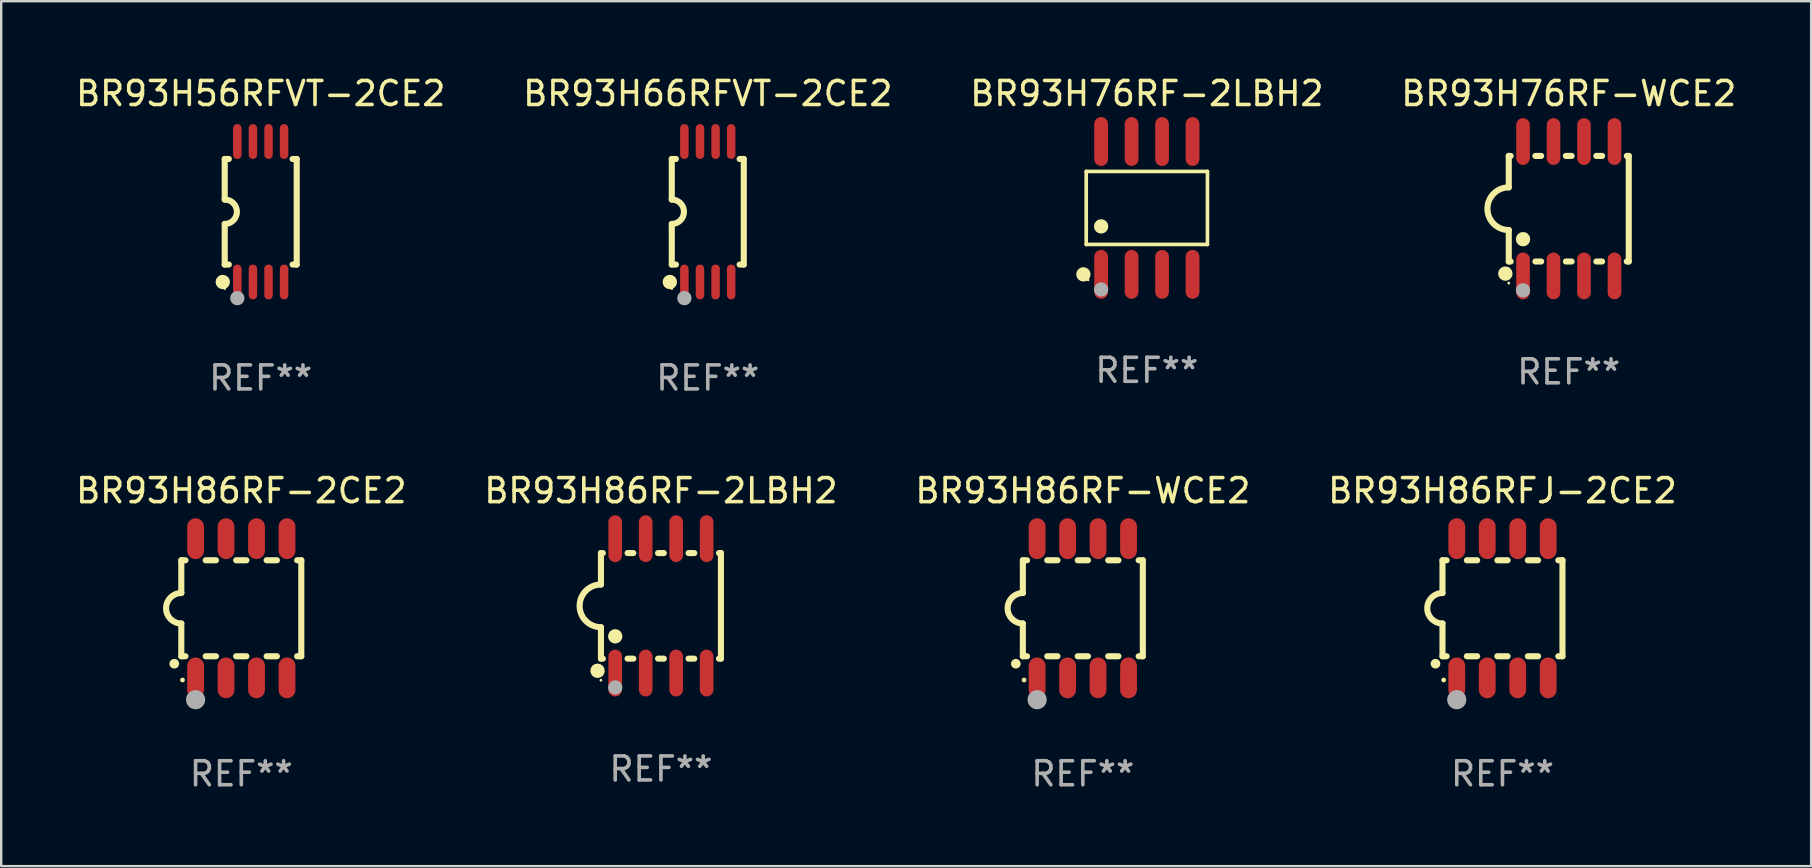
<source format=kicad_pcb>
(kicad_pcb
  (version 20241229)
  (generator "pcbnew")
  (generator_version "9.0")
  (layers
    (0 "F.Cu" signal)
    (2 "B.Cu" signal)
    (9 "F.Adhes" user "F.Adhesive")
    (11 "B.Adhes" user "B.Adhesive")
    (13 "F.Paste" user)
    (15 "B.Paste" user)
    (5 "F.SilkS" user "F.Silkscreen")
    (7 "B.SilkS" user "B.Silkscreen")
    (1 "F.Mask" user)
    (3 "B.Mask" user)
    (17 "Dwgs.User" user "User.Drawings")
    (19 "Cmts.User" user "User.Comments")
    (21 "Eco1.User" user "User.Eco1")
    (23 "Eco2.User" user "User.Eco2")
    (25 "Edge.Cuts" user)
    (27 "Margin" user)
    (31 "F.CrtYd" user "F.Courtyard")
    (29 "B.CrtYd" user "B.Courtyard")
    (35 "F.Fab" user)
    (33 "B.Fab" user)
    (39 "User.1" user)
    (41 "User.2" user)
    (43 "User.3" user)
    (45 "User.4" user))
  (footprint "BR93H86RFJ-2CE2"
    (layer "F.Cu")
    (at 59.565 22.299)
    (property "Reference" "BR93H86RFJ-2CE2" (at 0 -4.9 0) (layer "F.SilkS") (effects (font (size 1 1) (thickness 0.15))))
    (attr through_hole)
    (fp_line (start -2.5 -2) (end -2.5 -0.635) (stroke (width 0.254) (type solid)) (layer "F.SilkS"))
    (fp_line (start -2.5 -2) (end -2.326 -2) (stroke (width 0.254) (type solid)) (layer "F.SilkS"))
    (fp_line (start -2.5 2) (end -2.5 0.635) (stroke (width 0.254) (type solid)) (layer "F.SilkS"))
    (fp_line (start -2.5 2) (end -2.326 2) (stroke (width 0.254) (type solid)) (layer "F.SilkS"))
    (fp_line (start -1.484 -2) (end -1.056 -2) (stroke (width 0.254) (type solid)) (layer "F.SilkS"))
    (fp_line (start -1.484 2) (end -1.056 2) (stroke (width 0.254) (type solid)) (layer "F.SilkS"))
    (fp_line (start -0.214 -2) (end 0.214 -2) (stroke (width 0.254) (type solid)) (layer "F.SilkS"))
    (fp_line (start -0.214 2) (end 0.214 2) (stroke (width 0.254) (type solid)) (layer "F.SilkS"))
    (fp_line (start 1.056 -2) (end 1.484 -2) (stroke (width 0.254) (type solid)) (layer "F.SilkS"))
    (fp_line (start 1.056 2) (end 1.484 2) (stroke (width 0.254) (type solid)) (layer "F.SilkS"))
    (fp_line (start 2.326 -2) (end 2.5 -2) (stroke (width 0.254) (type solid)) (layer "F.SilkS"))
    (fp_line (start 2.326 2) (end 2.5 2) (stroke (width 0.254) (type solid)) (layer "F.SilkS"))
    (fp_line (start 2.5 -2) (end 2.5 2) (stroke (width 0.254) (type solid)) (layer "F.SilkS"))
    (fp_arc (start -2.794006 2.311405) (mid -2.792736 2.311401) (end -2.791466 2.311405) (stroke (width 0.4) (type solid)) (layer "F.SilkS"))
    (fp_arc (start -2.5 0.635001) (mid -3.134366 -0.000318) (end -2.499365 -0.635001) (stroke (width 0.254001) (type solid)) (layer "F.SilkS"))
    (fp_circle (center -2.45 2.99) (end -2.4 2.99) (stroke (width 0.1) (type solid)) (fill no) (layer "F.SilkS"))
    (fp_circle (center -1.905 3.81) (end -1.705 3.81) (stroke (width 0.4) (type solid)) (fill no) (layer "F.Fab"))
    (fp_text user "REF**" (at 0 6.9 0) (layer "F.Fab") (effects (font (size 1 1) (thickness 0.15))))
    (pad "1" smd oval (at -1.905 2.9 180) (size 0.7 1.7) (layers "F.Cu" "F.Mask" "F.Paste"))
    (pad "2" smd oval (at -0.635 2.9 180) (size 0.7 1.7) (layers "F.Cu" "F.Mask" "F.Paste"))
    (pad "3" smd oval (at 0.635 2.9 180) (size 0.7 1.7) (layers "F.Cu" "F.Mask" "F.Paste"))
    (pad "4" smd oval (at 1.905 2.9 180) (size 0.7 1.7) (layers "F.Cu" "F.Mask" "F.Paste"))
    (pad "5" smd oval (at 1.905 -2.9 180) (size 0.7 1.7) (layers "F.Cu" "F.Mask" "F.Paste"))
    (pad "6" smd oval (at 0.635 -2.9 180) (size 0.7 1.7) (layers "F.Cu" "F.Mask" "F.Paste"))
    (pad "7" smd oval (at -0.635 -2.9 180) (size 0.7 1.7) (layers "F.Cu" "F.Mask" "F.Paste"))
    (pad "8" smd oval (at -1.905 -2.9 180) (size 0.7 1.7) (layers "F.Cu" "F.Mask" "F.Paste")))
  (footprint "BR93H66RFVT-2CE2"
    (layer "F.Cu")
    (at 26.446 5.775)
    (property "Reference" "BR93H66RFVT-2CE2" (at 0 -4.927 0) (layer "F.SilkS") (effects (font (size 1 1) (thickness 0.15))))
    (attr through_hole)
    (fp_line (start -1.5 -2.2) (end -1.5 -0.508) (stroke (width 0.254) (type solid)) (layer "F.SilkS"))
    (fp_line (start -1.5 -2.2) (end -1.328 -2.2) (stroke (width 0.254) (type solid)) (layer "F.SilkS"))
    (fp_line (start -1.5 2.2) (end -1.5 0.508) (stroke (width 0.254) (type solid)) (layer "F.SilkS"))
    (fp_line (start -1.5 2.2) (end -1.328 2.2) (stroke (width 0.254) (type solid)) (layer "F.SilkS"))
    (fp_line (start 1.328 -2.2) (end 1.5 -2.2) (stroke (width 0.254) (type solid)) (layer "F.SilkS"))
    (fp_line (start 1.328 2.2) (end 1.5 2.2) (stroke (width 0.254) (type solid)) (layer "F.SilkS"))
    (fp_line (start 1.5 -2.2) (end 1.5 2.2) (stroke (width 0.254) (type solid)) (layer "F.SilkS"))
    (fp_arc (start -1.501144 -0.508) (mid -0.993143 -0.000571) (end -1.5 0.508001) (stroke (width 0.254001) (type solid)) (layer "F.SilkS"))
    (fp_circle (center -1.581 2.927) (end -1.431 2.927) (stroke (width 0.3) (type solid)) (fill no) (layer "F.SilkS"))
    (fp_circle (center -1.5 3.2) (end -1.47 3.2) (stroke (width 0.06) (type solid)) (fill no) (layer "F.SilkS"))
    (fp_circle (center -0.975 3.6) (end -0.825 3.6) (stroke (width 0.3) (type solid)) (fill no) (layer "F.Fab"))
    (fp_text user "REF**" (at 0 6.927 0) (layer "F.Fab") (effects (font (size 1 1) (thickness 0.15))))
    (pad "1" smd oval (at -0.975 2.927) (size 0.353 1.454) (layers "F.Cu" "F.Mask" "F.Paste"))
    (pad "2" smd oval (at -0.325 2.927) (size 0.353 1.454) (layers "F.Cu" "F.Mask" "F.Paste"))
    (pad "3" smd oval (at 0.325 2.927) (size 0.353 1.454) (layers "F.Cu" "F.Mask" "F.Paste"))
    (pad "4" smd oval (at 0.975 2.927) (size 0.353 1.454) (layers "F.Cu" "F.Mask" "F.Paste"))
    (pad "5" smd oval (at 0.975 -2.927) (size 0.353 1.454) (layers "F.Cu" "F.Mask" "F.Paste"))
    (pad "6" smd oval (at 0.325 -2.927) (size 0.353 1.454) (layers "F.Cu" "F.Mask" "F.Paste"))
    (pad "7" smd oval (at -0.325 -2.927) (size 0.353 1.454) (layers "F.Cu" "F.Mask" "F.Paste"))
    (pad "8" smd oval (at -0.975 -2.927) (size 0.353 1.454) (layers "F.Cu" "F.Mask" "F.Paste")))
  (footprint "BR93H86RF-2CE2"
    (layer "F.Cu")
    (at 7.006 22.299)
    (property "Reference" "BR93H86RF-2CE2" (at 0 -4.9 0) (layer "F.SilkS") (effects (font (size 1 1) (thickness 0.15))))
    (attr through_hole)
    (fp_line (start -2.5 -2) (end -2.5 -0.635) (stroke (width 0.254) (type solid)) (layer "F.SilkS"))
    (fp_line (start -2.5 -2) (end -2.326 -2) (stroke (width 0.254) (type solid)) (layer "F.SilkS"))
    (fp_line (start -2.5 2) (end -2.5 0.635) (stroke (width 0.254) (type solid)) (layer "F.SilkS"))
    (fp_line (start -2.5 2) (end -2.326 2) (stroke (width 0.254) (type solid)) (layer "F.SilkS"))
    (fp_line (start -1.484 -2) (end -1.056 -2) (stroke (width 0.254) (type solid)) (layer "F.SilkS"))
    (fp_line (start -1.484 2) (end -1.056 2) (stroke (width 0.254) (type solid)) (layer "F.SilkS"))
    (fp_line (start -0.214 -2) (end 0.214 -2) (stroke (width 0.254) (type solid)) (layer "F.SilkS"))
    (fp_line (start -0.214 2) (end 0.214 2) (stroke (width 0.254) (type solid)) (layer "F.SilkS"))
    (fp_line (start 1.056 -2) (end 1.484 -2) (stroke (width 0.254) (type solid)) (layer "F.SilkS"))
    (fp_line (start 1.056 2) (end 1.484 2) (stroke (width 0.254) (type solid)) (layer "F.SilkS"))
    (fp_line (start 2.326 -2) (end 2.5 -2) (stroke (width 0.254) (type solid)) (layer "F.SilkS"))
    (fp_line (start 2.326 2) (end 2.5 2) (stroke (width 0.254) (type solid)) (layer "F.SilkS"))
    (fp_line (start 2.5 -2) (end 2.5 2) (stroke (width 0.254) (type solid)) (layer "F.SilkS"))
    (fp_arc (start -2.794006 2.311405) (mid -2.792736 2.311401) (end -2.791466 2.311405) (stroke (width 0.4) (type solid)) (layer "F.SilkS"))
    (fp_arc (start -2.5 0.635001) (mid -3.134366 -0.000318) (end -2.499365 -0.635001) (stroke (width 0.254001) (type solid)) (layer "F.SilkS"))
    (fp_circle (center -2.45 2.99) (end -2.4 2.99) (stroke (width 0.1) (type solid)) (fill no) (layer "F.SilkS"))
    (fp_circle (center -1.905 3.81) (end -1.705 3.81) (stroke (width 0.4) (type solid)) (fill no) (layer "F.Fab"))
    (fp_text user "REF**" (at 0 6.9 0) (layer "F.Fab") (effects (font (size 1 1) (thickness 0.15))))
    (pad "1" smd oval (at -1.905 2.9 180) (size 0.7 1.7) (layers "F.Cu" "F.Mask" "F.Paste"))
    (pad "2" smd oval (at -0.635 2.9 180) (size 0.7 1.7) (layers "F.Cu" "F.Mask" "F.Paste"))
    (pad "3" smd oval (at 0.635 2.9 180) (size 0.7 1.7) (layers "F.Cu" "F.Mask" "F.Paste"))
    (pad "4" smd oval (at 1.905 2.9 180) (size 0.7 1.7) (layers "F.Cu" "F.Mask" "F.Paste"))
    (pad "5" smd oval (at 1.905 -2.9 180) (size 0.7 1.7) (layers "F.Cu" "F.Mask" "F.Paste"))
    (pad "6" smd oval (at 0.635 -2.9 180) (size 0.7 1.7) (layers "F.Cu" "F.Mask" "F.Paste"))
    (pad "7" smd oval (at -0.635 -2.9 180) (size 0.7 1.7) (layers "F.Cu" "F.Mask" "F.Paste"))
    (pad "8" smd oval (at -1.905 -2.9 180) (size 0.7 1.7) (layers "F.Cu" "F.Mask" "F.Paste")))
  (footprint "BR93H56RFVT-2CE2"
    (layer "F.Cu")
    (at 7.815 5.775)
    (property "Reference" "BR93H56RFVT-2CE2" (at 0 -4.927 0) (layer "F.SilkS") (effects (font (size 1 1) (thickness 0.15))))
    (attr through_hole)
    (fp_line (start -1.5 -2.2) (end -1.5 -0.508) (stroke (width 0.254) (type solid)) (layer "F.SilkS"))
    (fp_line (start -1.5 -2.2) (end -1.328 -2.2) (stroke (width 0.254) (type solid)) (layer "F.SilkS"))
    (fp_line (start -1.5 2.2) (end -1.5 0.508) (stroke (width 0.254) (type solid)) (layer "F.SilkS"))
    (fp_line (start -1.5 2.2) (end -1.328 2.2) (stroke (width 0.254) (type solid)) (layer "F.SilkS"))
    (fp_line (start 1.328 -2.2) (end 1.5 -2.2) (stroke (width 0.254) (type solid)) (layer "F.SilkS"))
    (fp_line (start 1.328 2.2) (end 1.5 2.2) (stroke (width 0.254) (type solid)) (layer "F.SilkS"))
    (fp_line (start 1.5 -2.2) (end 1.5 2.2) (stroke (width 0.254) (type solid)) (layer "F.SilkS"))
    (fp_arc (start -1.501144 -0.508) (mid -0.993143 -0.000571) (end -1.5 0.508001) (stroke (width 0.254001) (type solid)) (layer "F.SilkS"))
    (fp_circle (center -1.581 2.927) (end -1.431 2.927) (stroke (width 0.3) (type solid)) (fill no) (layer "F.SilkS"))
    (fp_circle (center -1.5 3.2) (end -1.47 3.2) (stroke (width 0.06) (type solid)) (fill no) (layer "F.SilkS"))
    (fp_circle (center -0.975 3.6) (end -0.825 3.6) (stroke (width 0.3) (type solid)) (fill no) (layer "F.Fab"))
    (fp_text user "REF**" (at 0 6.927 0) (layer "F.Fab") (effects (font (size 1 1) (thickness 0.15))))
    (pad "1" smd oval (at -0.975 2.927) (size 0.353 1.454) (layers "F.Cu" "F.Mask" "F.Paste"))
    (pad "2" smd oval (at -0.325 2.927) (size 0.353 1.454) (layers "F.Cu" "F.Mask" "F.Paste"))
    (pad "3" smd oval (at 0.325 2.927) (size 0.353 1.454) (layers "F.Cu" "F.Mask" "F.Paste"))
    (pad "4" smd oval (at 0.975 2.927) (size 0.353 1.454) (layers "F.Cu" "F.Mask" "F.Paste"))
    (pad "5" smd oval (at 0.975 -2.927) (size 0.353 1.454) (layers "F.Cu" "F.Mask" "F.Paste"))
    (pad "6" smd oval (at 0.325 -2.927) (size 0.353 1.454) (layers "F.Cu" "F.Mask" "F.Paste"))
    (pad "7" smd oval (at -0.325 -2.927) (size 0.353 1.454) (layers "F.Cu" "F.Mask" "F.Paste"))
    (pad "8" smd oval (at -0.975 -2.927) (size 0.353 1.454) (layers "F.Cu" "F.Mask" "F.Paste")))
  (footprint "BR93H86RF-2LBH2"
    (layer "F.Cu")
    (at 24.494 22.199)
    (property "Reference" "BR93H86RF-2LBH2" (at 0 -4.8 0) (layer "F.SilkS") (effects (font (size 1 1) (thickness 0.15))))
    (attr through_hole)
    (fp_line (start -2.5 -2.2) (end -2.5 -0.889) (stroke (width 0.254) (type solid)) (layer "F.SilkS"))
    (fp_line (start -2.5 2.2) (end -2.5 0.889) (stroke (width 0.254) (type solid)) (layer "F.SilkS"))
    (fp_line (start -2.42 -2.2) (end -2.5 -2.2) (stroke (width 0.254) (type solid)) (layer "F.SilkS"))
    (fp_line (start -2.42 2.2) (end -2.5 2.2) (stroke (width 0.254) (type solid)) (layer "F.SilkS"))
    (fp_line (start -1.15 -2.2) (end -1.39 -2.2) (stroke (width 0.254) (type solid)) (layer "F.SilkS"))
    (fp_line (start -1.15 2.2) (end -1.39 2.2) (stroke (width 0.254) (type solid)) (layer "F.SilkS"))
    (fp_line (start 0.12 -2.2) (end -0.12 -2.2) (stroke (width 0.254) (type solid)) (layer "F.SilkS"))
    (fp_line (start 0.12 2.2) (end -0.12 2.2) (stroke (width 0.254) (type solid)) (layer "F.SilkS"))
    (fp_line (start 1.39 -2.2) (end 1.15 -2.2) (stroke (width 0.254) (type solid)) (layer "F.SilkS"))
    (fp_line (start 1.39 2.2) (end 1.15 2.2) (stroke (width 0.254) (type solid)) (layer "F.SilkS"))
    (fp_line (start 2.5 -2.2) (end 2.42 -2.2) (stroke (width 0.254) (type solid)) (layer "F.SilkS"))
    (fp_line (start 2.5 -2.2) (end 2.5 2.2) (stroke (width 0.254) (type solid)) (layer "F.SilkS"))
    (fp_line (start 2.5 2.2) (end 2.42 2.2) (stroke (width 0.254) (type solid)) (layer "F.SilkS"))
    (fp_arc (start -2.5 0.889002) (mid -3.388367 -0.000318) (end -2.499365 -0.889002) (stroke (width 0.254001) (type solid)) (layer "F.SilkS"))
    (fp_circle (center -2.642 2.705) (end -2.491 2.705) (stroke (width 0.3) (type solid)) (fill no) (layer "F.SilkS"))
    (fp_circle (center -2.5 3.1) (end -2.47 3.1) (stroke (width 0.06) (type solid)) (fill no) (layer "F.SilkS"))
    (fp_circle (center -1.905 1.27) (end -1.755 1.27) (stroke (width 0.3) (type solid)) (fill no) (layer "F.SilkS"))
    (fp_circle (center -1.905 3.4) (end -1.755 3.4) (stroke (width 0.3) (type solid)) (fill no) (layer "F.Fab"))
    (fp_text user "REF**" (at 0 6.8 0) (layer "F.Fab") (effects (font (size 1 1) (thickness 0.15))))
    (pad "1" smd oval (at -1.905 2.8) (size 0.568 1.95) (layers "F.Cu" "F.Mask" "F.Paste"))
    (pad "2" smd oval (at -0.635 2.8) (size 0.568 1.95) (layers "F.Cu" "F.Mask" "F.Paste"))
    (pad "3" smd oval (at 0.635 2.8) (size 0.568 1.95) (layers "F.Cu" "F.Mask" "F.Paste"))
    (pad "4" smd oval (at 1.905 2.8) (size 0.568 1.95) (layers "F.Cu" "F.Mask" "F.Paste"))
    (pad "5" smd oval (at 1.905 -2.8) (size 0.568 1.95) (layers "F.Cu" "F.Mask" "F.Paste"))
    (pad "6" smd oval (at 0.635 -2.8) (size 0.568 1.95) (layers "F.Cu" "F.Mask" "F.Paste"))
    (pad "7" smd oval (at -0.635 -2.8) (size 0.568 1.95) (layers "F.Cu" "F.Mask" "F.Paste"))
    (pad "8" smd oval (at -1.905 -2.8) (size 0.568 1.95) (layers "F.Cu" "F.Mask" "F.Paste")))
  (footprint "BR93H76RF-WCE2"
    (layer "F.Cu")
    (at 62.327 5.648)
    (property "Reference" "BR93H76RF-WCE2" (at 0 -4.8 0) (layer "F.SilkS") (effects (font (size 1 1) (thickness 0.15))))
    (attr through_hole)
    (fp_line (start -2.5 -2.2) (end -2.5 -0.889) (stroke (width 0.254) (type solid)) (layer "F.SilkS"))
    (fp_line (start -2.5 2.2) (end -2.5 0.889) (stroke (width 0.254) (type solid)) (layer "F.SilkS"))
    (fp_line (start -2.42 -2.2) (end -2.5 -2.2) (stroke (width 0.254) (type solid)) (layer "F.SilkS"))
    (fp_line (start -2.42 2.2) (end -2.5 2.2) (stroke (width 0.254) (type solid)) (layer "F.SilkS"))
    (fp_line (start -1.15 -2.2) (end -1.39 -2.2) (stroke (width 0.254) (type solid)) (layer "F.SilkS"))
    (fp_line (start -1.15 2.2) (end -1.39 2.2) (stroke (width 0.254) (type solid)) (layer "F.SilkS"))
    (fp_line (start 0.12 -2.2) (end -0.12 -2.2) (stroke (width 0.254) (type solid)) (layer "F.SilkS"))
    (fp_line (start 0.12 2.2) (end -0.12 2.2) (stroke (width 0.254) (type solid)) (layer "F.SilkS"))
    (fp_line (start 1.39 -2.2) (end 1.15 -2.2) (stroke (width 0.254) (type solid)) (layer "F.SilkS"))
    (fp_line (start 1.39 2.2) (end 1.15 2.2) (stroke (width 0.254) (type solid)) (layer "F.SilkS"))
    (fp_line (start 2.5 -2.2) (end 2.42 -2.2) (stroke (width 0.254) (type solid)) (layer "F.SilkS"))
    (fp_line (start 2.5 -2.2) (end 2.5 2.2) (stroke (width 0.254) (type solid)) (layer "F.SilkS"))
    (fp_line (start 2.5 2.2) (end 2.42 2.2) (stroke (width 0.254) (type solid)) (layer "F.SilkS"))
    (fp_arc (start -2.5 0.889002) (mid -3.388367 -0.000318) (end -2.499365 -0.889002) (stroke (width 0.254001) (type solid)) (layer "F.SilkS"))
    (fp_circle (center -2.642 2.705) (end -2.491 2.705) (stroke (width 0.3) (type solid)) (fill no) (layer "F.SilkS"))
    (fp_circle (center -2.5 3.1) (end -2.47 3.1) (stroke (width 0.06) (type solid)) (fill no) (layer "F.SilkS"))
    (fp_circle (center -1.905 1.27) (end -1.755 1.27) (stroke (width 0.3) (type solid)) (fill no) (layer "F.SilkS"))
    (fp_circle (center -1.905 3.4) (end -1.755 3.4) (stroke (width 0.3) (type solid)) (fill no) (layer "F.Fab"))
    (fp_text user "REF**" (at 0 6.8 0) (layer "F.Fab") (effects (font (size 1 1) (thickness 0.15))))
    (pad "1" smd oval (at -1.905 2.8) (size 0.568 1.95) (layers "F.Cu" "F.Mask" "F.Paste"))
    (pad "2" smd oval (at -0.635 2.8) (size 0.568 1.95) (layers "F.Cu" "F.Mask" "F.Paste"))
    (pad "3" smd oval (at 0.635 2.8) (size 0.568 1.95) (layers "F.Cu" "F.Mask" "F.Paste"))
    (pad "4" smd oval (at 1.905 2.8) (size 0.568 1.95) (layers "F.Cu" "F.Mask" "F.Paste"))
    (pad "5" smd oval (at 1.905 -2.8) (size 0.568 1.95) (layers "F.Cu" "F.Mask" "F.Paste"))
    (pad "6" smd oval (at 0.635 -2.8) (size 0.568 1.95) (layers "F.Cu" "F.Mask" "F.Paste"))
    (pad "7" smd oval (at -0.635 -2.8) (size 0.568 1.95) (layers "F.Cu" "F.Mask" "F.Paste"))
    (pad "8" smd oval (at -1.905 -2.8) (size 0.568 1.95) (layers "F.Cu" "F.Mask" "F.Paste")))
  (footprint "BR93H86RF-WCE2"
    (layer "F.Cu")
    (at 42.077 22.299)
    (property "Reference" "BR93H86RF-WCE2" (at 0 -4.9 0) (layer "F.SilkS") (effects (font (size 1 1) (thickness 0.15))))
    (attr through_hole)
    (fp_line (start -2.5 -2) (end -2.5 -0.635) (stroke (width 0.254) (type solid)) (layer "F.SilkS"))
    (fp_line (start -2.5 -2) (end -2.326 -2) (stroke (width 0.254) (type solid)) (layer "F.SilkS"))
    (fp_line (start -2.5 2) (end -2.5 0.635) (stroke (width 0.254) (type solid)) (layer "F.SilkS"))
    (fp_line (start -2.5 2) (end -2.326 2) (stroke (width 0.254) (type solid)) (layer "F.SilkS"))
    (fp_line (start -1.484 -2) (end -1.056 -2) (stroke (width 0.254) (type solid)) (layer "F.SilkS"))
    (fp_line (start -1.484 2) (end -1.056 2) (stroke (width 0.254) (type solid)) (layer "F.SilkS"))
    (fp_line (start -0.214 -2) (end 0.214 -2) (stroke (width 0.254) (type solid)) (layer "F.SilkS"))
    (fp_line (start -0.214 2) (end 0.214 2) (stroke (width 0.254) (type solid)) (layer "F.SilkS"))
    (fp_line (start 1.056 -2) (end 1.484 -2) (stroke (width 0.254) (type solid)) (layer "F.SilkS"))
    (fp_line (start 1.056 2) (end 1.484 2) (stroke (width 0.254) (type solid)) (layer "F.SilkS"))
    (fp_line (start 2.326 -2) (end 2.5 -2) (stroke (width 0.254) (type solid)) (layer "F.SilkS"))
    (fp_line (start 2.326 2) (end 2.5 2) (stroke (width 0.254) (type solid)) (layer "F.SilkS"))
    (fp_line (start 2.5 -2) (end 2.5 2) (stroke (width 0.254) (type solid)) (layer "F.SilkS"))
    (fp_arc (start -2.794006 2.311405) (mid -2.792736 2.311401) (end -2.791466 2.311405) (stroke (width 0.4) (type solid)) (layer "F.SilkS"))
    (fp_arc (start -2.5 0.635001) (mid -3.134366 -0.000318) (end -2.499365 -0.635001) (stroke (width 0.254001) (type solid)) (layer "F.SilkS"))
    (fp_circle (center -2.45 2.99) (end -2.4 2.99) (stroke (width 0.1) (type solid)) (fill no) (layer "F.SilkS"))
    (fp_circle (center -1.905 3.81) (end -1.705 3.81) (stroke (width 0.4) (type solid)) (fill no) (layer "F.Fab"))
    (fp_text user "REF**" (at 0 6.9 0) (layer "F.Fab") (effects (font (size 1 1) (thickness 0.15))))
    (pad "1" smd oval (at -1.905 2.9 180) (size 0.7 1.7) (layers "F.Cu" "F.Mask" "F.Paste"))
    (pad "2" smd oval (at -0.635 2.9 180) (size 0.7 1.7) (layers "F.Cu" "F.Mask" "F.Paste"))
    (pad "3" smd oval (at 0.635 2.9 180) (size 0.7 1.7) (layers "F.Cu" "F.Mask" "F.Paste"))
    (pad "4" smd oval (at 1.905 2.9 180) (size 0.7 1.7) (layers "F.Cu" "F.Mask" "F.Paste"))
    (pad "5" smd oval (at 1.905 -2.9 180) (size 0.7 1.7) (layers "F.Cu" "F.Mask" "F.Paste"))
    (pad "6" smd oval (at 0.635 -2.9 180) (size 0.7 1.7) (layers "F.Cu" "F.Mask" "F.Paste"))
    (pad "7" smd oval (at -0.635 -2.9 180) (size 0.7 1.7) (layers "F.Cu" "F.Mask" "F.Paste"))
    (pad "8" smd oval (at -1.905 -2.9 180) (size 0.7 1.7) (layers "F.Cu" "F.Mask" "F.Paste")))
  (footprint "BR93H76RF-2LBH2"
    (layer "F.Cu")
    (at 44.744 5.616)
    (property "Reference" "BR93H76RF-2LBH2" (at 0 -4.768 0) (layer "F.SilkS") (effects (font (size 1 1) (thickness 0.15))))
    (attr through_hole)
    (fp_line (start -2.526 -1.521) (end 2.526 -1.521) (stroke (width 0.152) (type solid)) (layer "F.SilkS"))
    (fp_line (start -2.526 1.521) (end -2.526 -1.521) (stroke (width 0.152) (type solid)) (layer "F.SilkS"))
    (fp_line (start 2.526 -1.521) (end 2.526 1.521) (stroke (width 0.152) (type solid)) (layer "F.SilkS"))
    (fp_line (start 2.526 1.521) (end -2.526 1.521) (stroke (width 0.152) (type solid)) (layer "F.SilkS"))
    (fp_circle (center -2.644 2.768) (end -2.494 2.768) (stroke (width 0.3) (type solid)) (fill no) (layer "F.SilkS"))
    (fp_circle (center -2.45 2.998) (end -2.42 2.998) (stroke (width 0.06) (type solid)) (fill no) (layer "F.SilkS"))
    (fp_circle (center -1.905 0.769) (end -1.755 0.769) (stroke (width 0.3) (type solid)) (fill no) (layer "F.SilkS"))
    (fp_circle (center -1.905 3.398) (end -1.755 3.398) (stroke (width 0.3) (type solid)) (fill no) (layer "F.Fab"))
    (fp_text user "REF**" (at 0 6.768 0) (layer "F.Fab") (effects (font (size 1 1) (thickness 0.15))))
    (pad "1" smd oval (at -1.905 2.768) (size 0.574 2.036) (layers "F.Cu" "F.Mask" "F.Paste"))
    (pad "2" smd oval (at -0.635 2.768) (size 0.574 2.036) (layers "F.Cu" "F.Mask" "F.Paste"))
    (pad "3" smd oval (at 0.635 2.768) (size 0.574 2.036) (layers "F.Cu" "F.Mask" "F.Paste"))
    (pad "4" smd oval (at 1.905 2.768) (size 0.574 2.036) (layers "F.Cu" "F.Mask" "F.Paste"))
    (pad "5" smd oval (at 1.905 -2.768) (size 0.574 2.036) (layers "F.Cu" "F.Mask" "F.Paste"))
    (pad "6" smd oval (at 0.635 -2.768) (size 0.574 2.036) (layers "F.Cu" "F.Mask" "F.Paste"))
    (pad "7" smd oval (at -0.635 -2.768) (size 0.574 2.036) (layers "F.Cu" "F.Mask" "F.Paste"))
    (pad "8" smd oval (at -1.905 -2.768) (size 0.574 2.036) (layers "F.Cu" "F.Mask" "F.Paste")))
  (gr_rect
    (start -3 -3)
    (end 72.429 33.047)
    (stroke (width 0.1) (type default))
    (fill no)
    (layer "Edge.Cuts")))
</source>
